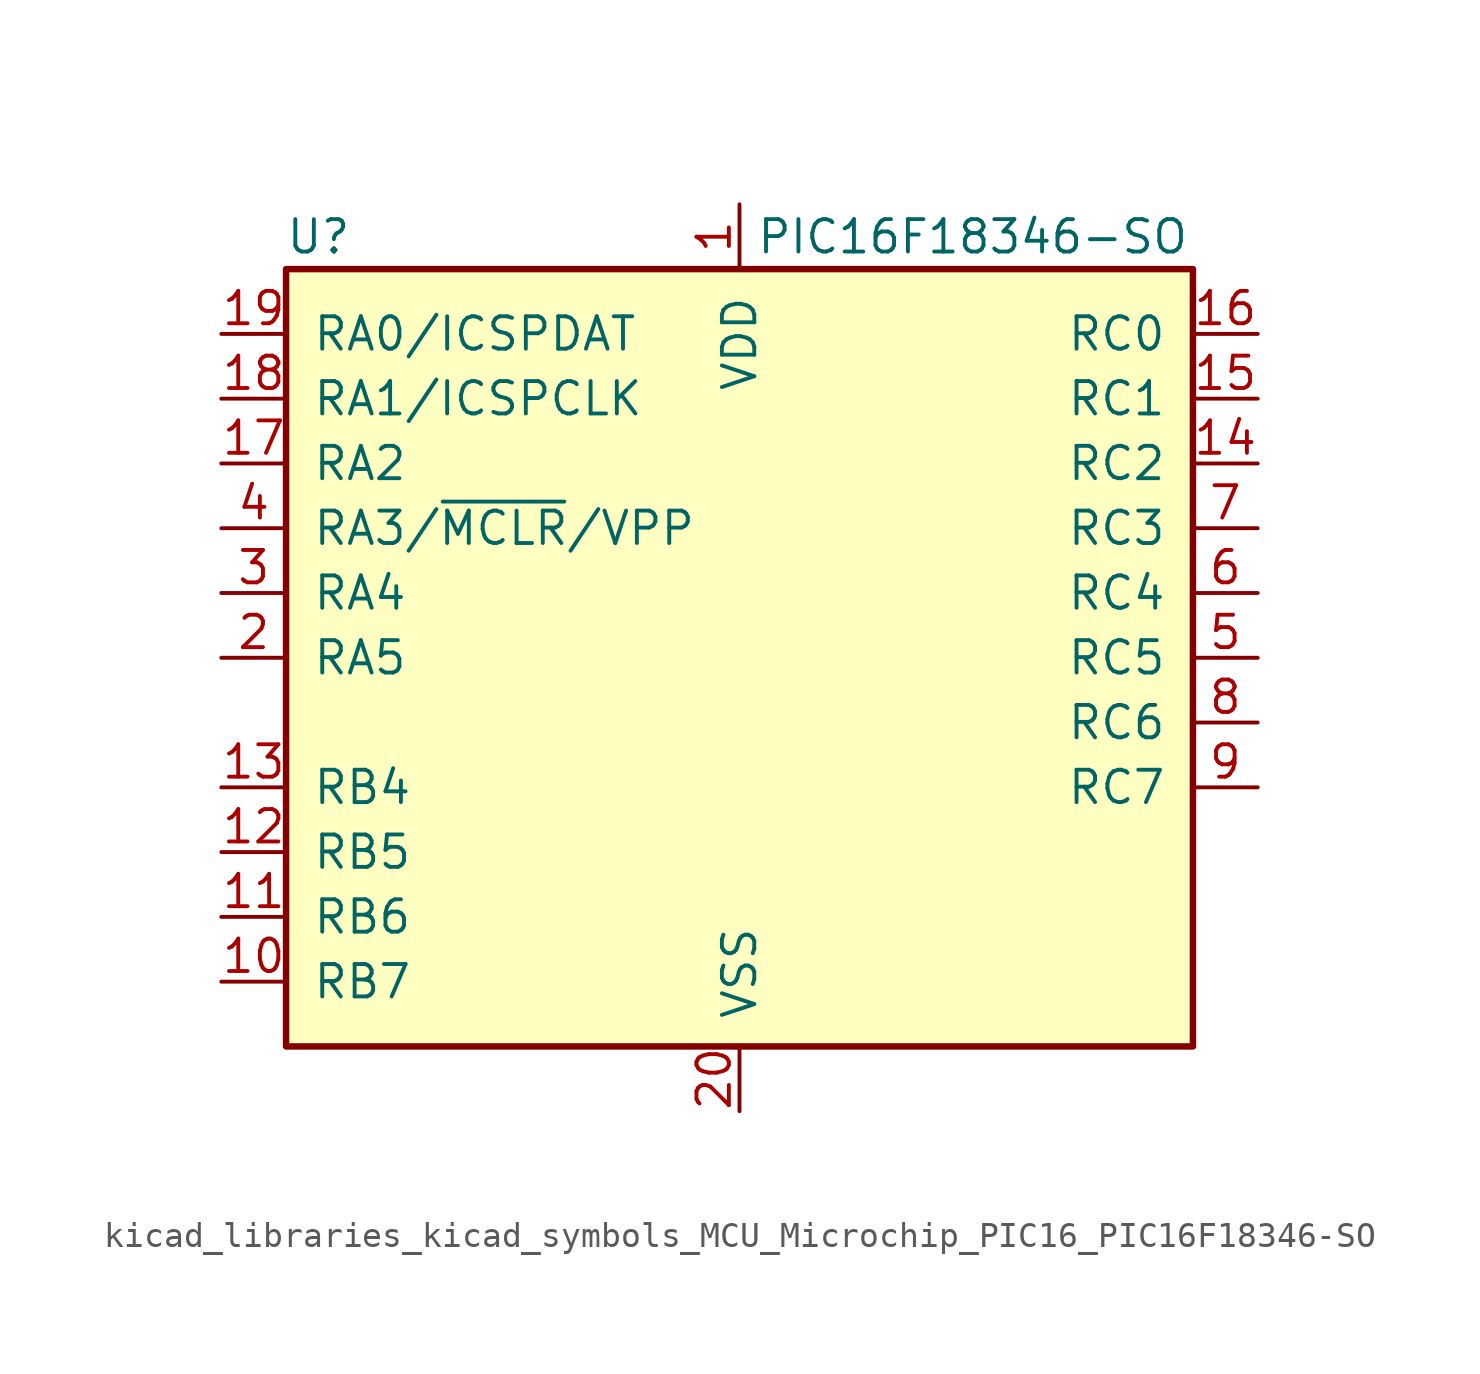
<source format=kicad_sym>
(kicad_symbol_lib
  (version 20220914)
  (generator kicad_symbol_editor)
  (symbol "kicad_libraries_kicad_symbols_MCU_Microchip_PIC16_PIC16F18346-SO"
    (pin_names
      (offset 1.016))
    (property "Reference" "U"
      (at -16.51 16.51 0)
      (effects (font (size 1.27 1.27))))
    (property "Value" "PIC16F18346-SO"
      (at 9.144 16.51 0)
      (effects (font (size 1.27 1.27))))
    (symbol "kicad_libraries_kicad_symbols_MCU_Microchip_PIC16_PIC16F18346-SO_0_1"
      (rectangle (start -17.78 15.24) (end 17.78 -15.24) (stroke (width 0.254) (type default)) (fill (type background))))
    (symbol "kicad_libraries_kicad_symbols_MCU_Microchip_PIC16_PIC16F18346-SO_1_1"
      (pin power_in line (at 0 17.78 270) (length 2.54) (name "VDD" (effects (font (size 1.27 1.27)))) (number "1" (effects (font (size 1.27 1.27)))))
      (pin bidirectional line (at -20.32 -12.7 0) (length 2.54) (name "RB7" (effects (font (size 1.27 1.27)))) (number "10" (effects (font (size 1.27 1.27)))))
      (pin bidirectional line (at -20.32 -10.16 0) (length 2.54) (name "RB6" (effects (font (size 1.27 1.27)))) (number "11" (effects (font (size 1.27 1.27)))))
      (pin bidirectional line (at -20.32 -7.62 0) (length 2.54) (name "RB5" (effects (font (size 1.27 1.27)))) (number "12" (effects (font (size 1.27 1.27)))))
      (pin bidirectional line (at -20.32 -5.08 0) (length 2.54) (name "RB4" (effects (font (size 1.27 1.27)))) (number "13" (effects (font (size 1.27 1.27)))))
      (pin bidirectional line (at 20.32 7.62 180) (length 2.54) (name "RC2" (effects (font (size 1.27 1.27)))) (number "14" (effects (font (size 1.27 1.27)))))
      (pin bidirectional line (at 20.32 10.16 180) (length 2.54) (name "RC1" (effects (font (size 1.27 1.27)))) (number "15" (effects (font (size 1.27 1.27)))))
      (pin bidirectional line (at 20.32 12.7 180) (length 2.54) (name "RC0" (effects (font (size 1.27 1.27)))) (number "16" (effects (font (size 1.27 1.27)))))
      (pin bidirectional line (at -20.32 7.62 0) (length 2.54) (name "RA2" (effects (font (size 1.27 1.27)))) (number "17" (effects (font (size 1.27 1.27)))))
      (pin bidirectional line (at -20.32 10.16 0) (length 2.54) (name "RA1/ICSPCLK" (effects (font (size 1.27 1.27)))) (number "18" (effects (font (size 1.27 1.27)))))
      (pin bidirectional line (at -20.32 12.7 0) (length 2.54) (name "RA0/ICSPDAT" (effects (font (size 1.27 1.27)))) (number "19" (effects (font (size 1.27 1.27)))))
      (pin bidirectional line (at -20.32 0 0) (length 2.54) (name "RA5" (effects (font (size 1.27 1.27)))) (number "2" (effects (font (size 1.27 1.27)))))
      (pin power_in line (at 0 -17.78 90) (length 2.54) (name "VSS" (effects (font (size 1.27 1.27)))) (number "20" (effects (font (size 1.27 1.27)))))
      (pin bidirectional line (at -20.32 2.54 0) (length 2.54) (name "RA4" (effects (font (size 1.27 1.27)))) (number "3" (effects (font (size 1.27 1.27)))))
      (pin bidirectional line (at -20.32 5.08 0) (length 2.54) (name "RA3/~{MCLR}/VPP" (effects (font (size 1.27 1.27)))) (number "4" (effects (font (size 1.27 1.27)))))
      (pin bidirectional line (at 20.32 0 180) (length 2.54) (name "RC5" (effects (font (size 1.27 1.27)))) (number "5" (effects (font (size 1.27 1.27)))))
      (pin bidirectional line (at 20.32 2.54 180) (length 2.54) (name "RC4" (effects (font (size 1.27 1.27)))) (number "6" (effects (font (size 1.27 1.27)))))
      (pin bidirectional line (at 20.32 5.08 180) (length 2.54) (name "RC3" (effects (font (size 1.27 1.27)))) (number "7" (effects (font (size 1.27 1.27)))))
      (pin bidirectional line (at 20.32 -2.54 180) (length 2.54) (name "RC6" (effects (font (size 1.27 1.27)))) (number "8" (effects (font (size 1.27 1.27)))))
      (pin bidirectional line (at 20.32 -5.08 180) (length 2.54) (name "RC7" (effects (font (size 1.27 1.27)))) (number "9" (effects (font (size 1.27 1.27))))))))
</source>
